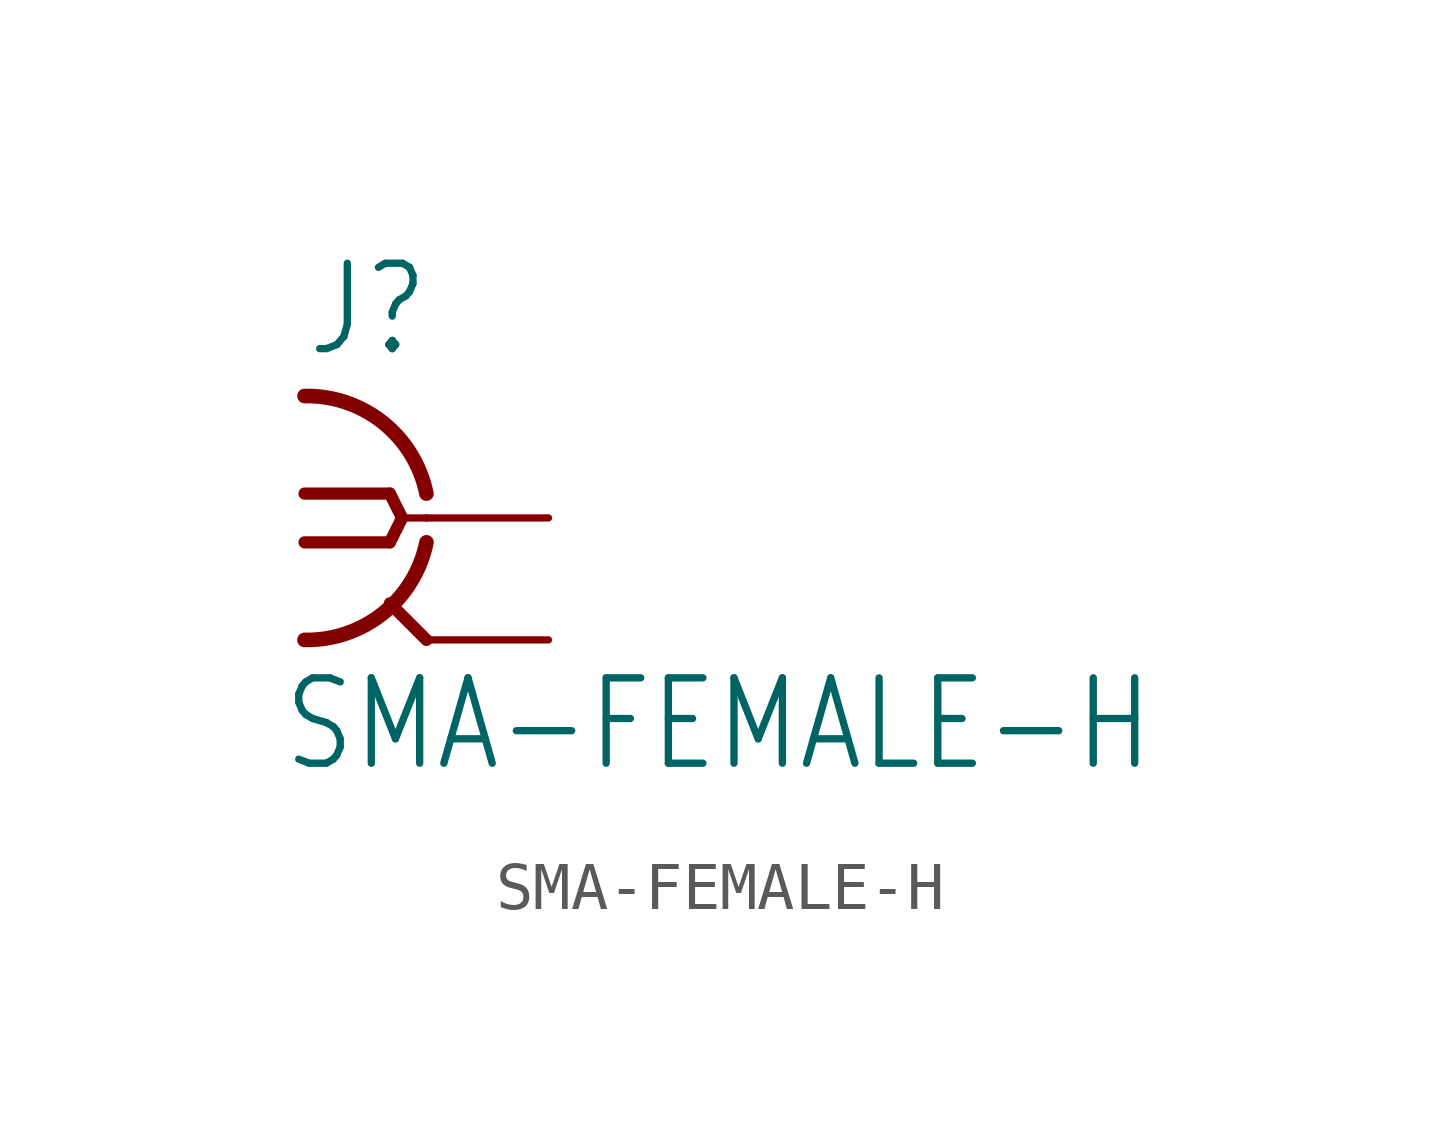
<source format=kicad_sym>
(kicad_symbol_lib
  (version 20241209)
  (generator "kicad_symbol_editor")
  (generator_version "9.0")
  (symbol "SMA-FEMALE-H"
    (property "Reference" "J"
      (at -2.54 3.302 0)
      (effects (font (size 1.778 1.511)) (justify left bottom)))
    (property "Value" "SMA-FEMALE-H"
      (at -3.048 -5.334 0)
      (effects (font (size 1.778 1.511)) (justify left bottom)))
    (symbol "SMA-FEMALE-H_1_0"
      (polyline (pts (xy -2.54 0.508) (xy -0.762 0.508)) (stroke (width 0.254) (type solid)) (fill (type none)))
      (arc (start 0 -0.508) (mid -0.9022 -1.9838) (end -2.54 -2.54) (stroke (width 0.3048) (type solid)) (fill (type none)))
      (arc (start -2.54 2.54) (mid -0.9022 1.9838) (end 0 0.508) (stroke (width 0.3048) (type solid)) (fill (type none)))
      (polyline (pts (xy -0.762 0.508) (xy -0.508 0)) (stroke (width 0.254) (type solid)) (fill (type none)))
      (polyline (pts (xy -0.762 -0.508) (xy -2.54 -0.508)) (stroke (width 0.254) (type solid)) (fill (type none)))
      (polyline (pts (xy -0.508 0) (xy -0.762 -0.508)) (stroke (width 0.254) (type solid)) (fill (type none)))
      (polyline (pts (xy 0 0) (xy -0.508 0)) (stroke (width 0.152) (type solid)) (fill (type none)))
      (polyline (pts (xy 0 -2.54) (xy -0.762 -1.778)) (stroke (width 0.254) (type solid)) (fill (type none)))
      (pin bidirectional line (at 2.54 0 180) (length 2.54) (name "SIG" (effects (font (size 0 0)))) (number "1" (effects (font (size 0 0)))))
      (pin passive line (at 2.54 -2.54 180) (length 2.54) (name "GND" (effects (font (size 0 0)))) (number "2" (effects (font (size 0 0))))))))
</source>
